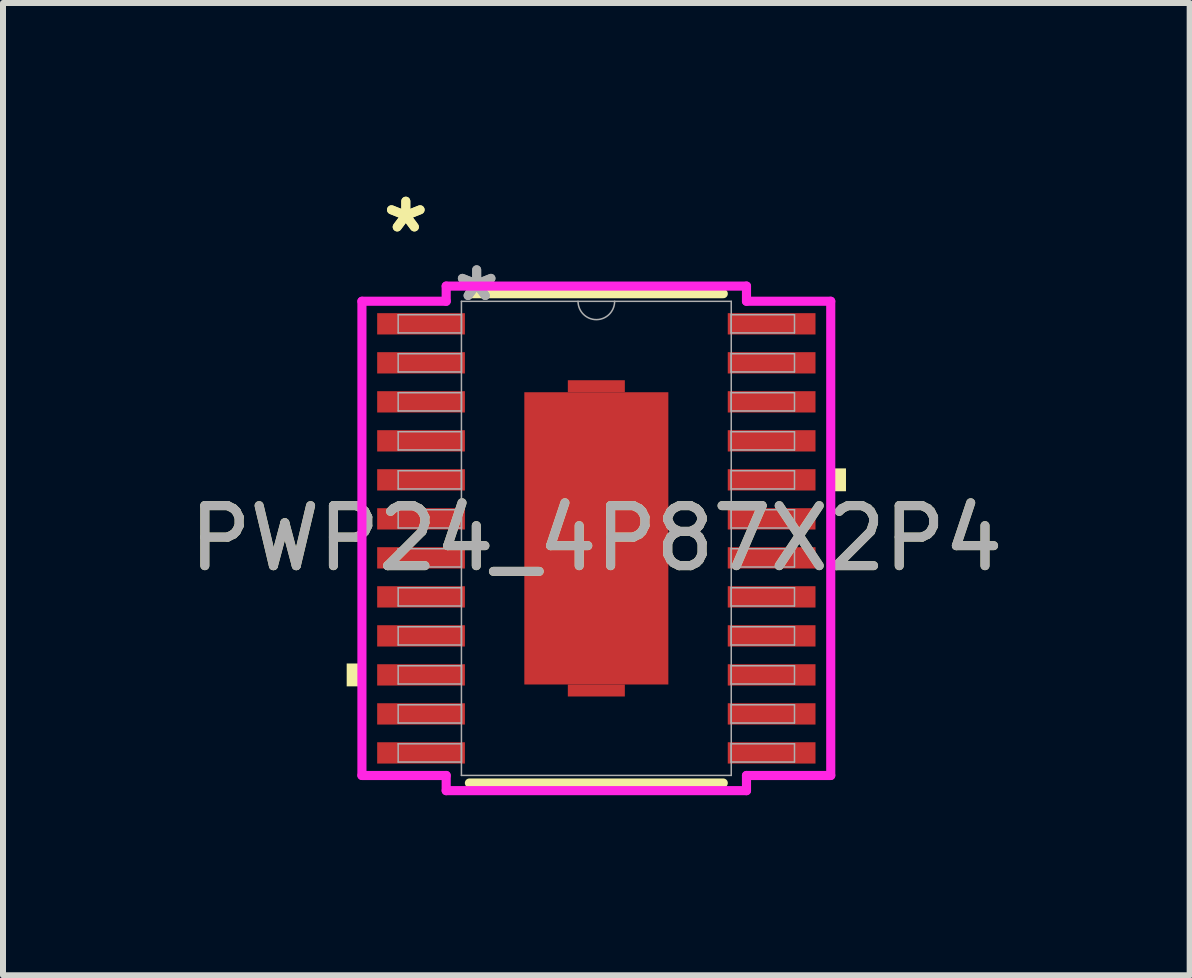
<source format=kicad_pcb>
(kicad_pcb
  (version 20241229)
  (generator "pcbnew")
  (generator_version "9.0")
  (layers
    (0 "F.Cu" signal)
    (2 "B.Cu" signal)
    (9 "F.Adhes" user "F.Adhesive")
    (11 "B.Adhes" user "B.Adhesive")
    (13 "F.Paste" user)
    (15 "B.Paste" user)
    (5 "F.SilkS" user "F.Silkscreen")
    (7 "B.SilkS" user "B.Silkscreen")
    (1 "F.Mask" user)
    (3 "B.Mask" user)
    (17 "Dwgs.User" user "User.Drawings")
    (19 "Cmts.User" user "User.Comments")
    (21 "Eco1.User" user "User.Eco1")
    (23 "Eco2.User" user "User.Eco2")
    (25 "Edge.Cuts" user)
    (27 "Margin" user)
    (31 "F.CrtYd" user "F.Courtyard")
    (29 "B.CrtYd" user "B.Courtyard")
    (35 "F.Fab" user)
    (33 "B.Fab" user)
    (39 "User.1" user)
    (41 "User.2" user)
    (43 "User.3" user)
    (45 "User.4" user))
  (footprint "PWP24_4P87X2P4"
    (layer "F.Cu")
    (at 6.887 5.921)
    (property "Reference" "PWP24_4P87X2P4" (at 0 0 0) (unlocked yes) (layer "F.SilkS") (effects (font (size 1 1) (thickness 0.15))))
    (attr smd)
    (fp_poly (pts (xy -0.475 -2.435) (xy -0.475 -2.635) (xy 0.475 -2.635) (xy 0.475 -2.435)) (stroke (width 0) (type solid)) (fill yes) (layer "F.Cu"))
    (fp_poly (pts (xy -0.475 2.435) (xy -0.475 2.635) (xy 0.475 2.635) (xy 0.475 2.435)) (stroke (width 0) (type solid)) (fill yes) (layer "F.Cu"))
    (fp_poly (pts (xy -0.475 -2.435) (xy -0.475 -2.635) (xy 0.475 -2.635) (xy 0.475 -2.435)) (stroke (width 0) (type solid)) (fill yes) (layer "F.Mask"))
    (fp_poly (pts (xy -0.475 2.435) (xy -0.475 2.635) (xy 0.475 2.635) (xy 0.475 2.435)) (stroke (width 0) (type solid)) (fill yes) (layer "F.Mask"))
    (fp_line (start -2.115 4.077) (end 2.115 4.077) (stroke (width 0.152) (type solid)) (layer "F.SilkS"))
    (fp_line (start 2.115 -4.077) (end -2.115 -4.077) (stroke (width 0.152) (type solid)) (layer "F.SilkS"))
    (fp_poly (pts (xy -4.16 2.085) (xy -4.16 2.466) (xy -3.906 2.466) (xy -3.906 2.085)) (stroke (width 0) (type solid)) (fill yes) (layer "F.SilkS"))
    (fp_poly (pts (xy 4.16 -1.166) (xy 4.16 -0.785) (xy 3.906 -0.785) (xy 3.906 -1.166)) (stroke (width 0) (type solid)) (fill yes) (layer "F.SilkS"))
    (fp_poly (pts (xy -1.1 -2.335) (xy -1.1 -0.912) (xy 1.1 -0.912) (xy 1.1 -2.335)) (stroke (width 0) (type solid)) (fill yes) (layer "F.Paste"))
    (fp_poly (pts (xy -1.1 -0.712) (xy -1.1 0.712) (xy 1.1 0.712) (xy 1.1 -0.712)) (stroke (width 0) (type solid)) (fill yes) (layer "F.Paste"))
    (fp_poly (pts (xy -1.1 0.912) (xy -1.1 2.335) (xy 1.1 2.335) (xy 1.1 0.912)) (stroke (width 0) (type solid)) (fill yes) (layer "F.Paste"))
    (fp_line (start -3.906 -3.951) (end -2.502 -3.951) (stroke (width 0.152) (type solid)) (layer "F.CrtYd"))
    (fp_line (start -3.906 3.951) (end -3.906 -3.951) (stroke (width 0.152) (type solid)) (layer "F.CrtYd"))
    (fp_line (start -3.906 3.951) (end -2.502 3.951) (stroke (width 0.152) (type solid)) (layer "F.CrtYd"))
    (fp_line (start -2.502 -4.204) (end 2.502 -4.204) (stroke (width 0.152) (type solid)) (layer "F.CrtYd"))
    (fp_line (start -2.502 -3.951) (end -2.502 -4.204) (stroke (width 0.152) (type solid)) (layer "F.CrtYd"))
    (fp_line (start -2.502 4.204) (end -2.502 3.951) (stroke (width 0.152) (type solid)) (layer "F.CrtYd"))
    (fp_line (start 2.502 -4.204) (end 2.502 -3.951) (stroke (width 0.152) (type solid)) (layer "F.CrtYd"))
    (fp_line (start 2.502 3.951) (end 2.502 4.204) (stroke (width 0.152) (type solid)) (layer "F.CrtYd"))
    (fp_line (start 2.502 4.204) (end -2.502 4.204) (stroke (width 0.152) (type solid)) (layer "F.CrtYd"))
    (fp_line (start 3.906 -3.951) (end 2.502 -3.951) (stroke (width 0.152) (type solid)) (layer "F.CrtYd"))
    (fp_line (start 3.906 -3.951) (end 3.906 3.951) (stroke (width 0.152) (type solid)) (layer "F.CrtYd"))
    (fp_line (start 3.906 3.951) (end 2.502 3.951) (stroke (width 0.152) (type solid)) (layer "F.CrtYd"))
    (fp_line (start -3.302 -3.727) (end -3.302 -3.423) (stroke (width 0.025) (type solid)) (layer "F.Fab"))
    (fp_line (start -3.302 -3.423) (end -2.248 -3.423) (stroke (width 0.025) (type solid)) (layer "F.Fab"))
    (fp_line (start -3.302 -3.077) (end -3.302 -2.773) (stroke (width 0.025) (type solid)) (layer "F.Fab"))
    (fp_line (start -3.302 -2.773) (end -2.248 -2.773) (stroke (width 0.025) (type solid)) (layer "F.Fab"))
    (fp_line (start -3.302 -2.427) (end -3.302 -2.123) (stroke (width 0.025) (type solid)) (layer "F.Fab"))
    (fp_line (start -3.302 -2.123) (end -2.248 -2.123) (stroke (width 0.025) (type solid)) (layer "F.Fab"))
    (fp_line (start -3.302 -1.777) (end -3.302 -1.473) (stroke (width 0.025) (type solid)) (layer "F.Fab"))
    (fp_line (start -3.302 -1.473) (end -2.248 -1.473) (stroke (width 0.025) (type solid)) (layer "F.Fab"))
    (fp_line (start -3.302 -1.127) (end -3.302 -0.823) (stroke (width 0.025) (type solid)) (layer "F.Fab"))
    (fp_line (start -3.302 -0.823) (end -2.248 -0.823) (stroke (width 0.025) (type solid)) (layer "F.Fab"))
    (fp_line (start -3.302 -0.477) (end -3.302 -0.173) (stroke (width 0.025) (type solid)) (layer "F.Fab"))
    (fp_line (start -3.302 -0.173) (end -2.248 -0.173) (stroke (width 0.025) (type solid)) (layer "F.Fab"))
    (fp_line (start -3.302 0.173) (end -3.302 0.477) (stroke (width 0.025) (type solid)) (layer "F.Fab"))
    (fp_line (start -3.302 0.477) (end -2.248 0.477) (stroke (width 0.025) (type solid)) (layer "F.Fab"))
    (fp_line (start -3.302 0.823) (end -3.302 1.127) (stroke (width 0.025) (type solid)) (layer "F.Fab"))
    (fp_line (start -3.302 1.127) (end -2.248 1.127) (stroke (width 0.025) (type solid)) (layer "F.Fab"))
    (fp_line (start -3.302 1.473) (end -3.302 1.777) (stroke (width 0.025) (type solid)) (layer "F.Fab"))
    (fp_line (start -3.302 1.777) (end -2.248 1.777) (stroke (width 0.025) (type solid)) (layer "F.Fab"))
    (fp_line (start -3.302 2.123) (end -3.302 2.427) (stroke (width 0.025) (type solid)) (layer "F.Fab"))
    (fp_line (start -3.302 2.427) (end -2.248 2.427) (stroke (width 0.025) (type solid)) (layer "F.Fab"))
    (fp_line (start -3.302 2.773) (end -3.302 3.077) (stroke (width 0.025) (type solid)) (layer "F.Fab"))
    (fp_line (start -3.302 3.077) (end -2.248 3.077) (stroke (width 0.025) (type solid)) (layer "F.Fab"))
    (fp_line (start -3.302 3.423) (end -3.302 3.727) (stroke (width 0.025) (type solid)) (layer "F.Fab"))
    (fp_line (start -3.302 3.727) (end -2.248 3.727) (stroke (width 0.025) (type solid)) (layer "F.Fab"))
    (fp_line (start -2.248 -3.95) (end -2.248 3.95) (stroke (width 0.025) (type solid)) (layer "F.Fab"))
    (fp_line (start -2.248 -3.727) (end -3.302 -3.727) (stroke (width 0.025) (type solid)) (layer "F.Fab"))
    (fp_line (start -2.248 -3.423) (end -2.248 -3.727) (stroke (width 0.025) (type solid)) (layer "F.Fab"))
    (fp_line (start -2.248 -3.077) (end -3.302 -3.077) (stroke (width 0.025) (type solid)) (layer "F.Fab"))
    (fp_line (start -2.248 -2.773) (end -2.248 -3.077) (stroke (width 0.025) (type solid)) (layer "F.Fab"))
    (fp_line (start -2.248 -2.427) (end -3.302 -2.427) (stroke (width 0.025) (type solid)) (layer "F.Fab"))
    (fp_line (start -2.248 -2.123) (end -2.248 -2.427) (stroke (width 0.025) (type solid)) (layer "F.Fab"))
    (fp_line (start -2.248 -1.777) (end -3.302 -1.777) (stroke (width 0.025) (type solid)) (layer "F.Fab"))
    (fp_line (start -2.248 -1.473) (end -2.248 -1.777) (stroke (width 0.025) (type solid)) (layer "F.Fab"))
    (fp_line (start -2.248 -1.127) (end -3.302 -1.127) (stroke (width 0.025) (type solid)) (layer "F.Fab"))
    (fp_line (start -2.248 -0.823) (end -2.248 -1.127) (stroke (width 0.025) (type solid)) (layer "F.Fab"))
    (fp_line (start -2.248 -0.477) (end -3.302 -0.477) (stroke (width 0.025) (type solid)) (layer "F.Fab"))
    (fp_line (start -2.248 -0.173) (end -2.248 -0.477) (stroke (width 0.025) (type solid)) (layer "F.Fab"))
    (fp_line (start -2.248 0.173) (end -3.302 0.173) (stroke (width 0.025) (type solid)) (layer "F.Fab"))
    (fp_line (start -2.248 0.477) (end -2.248 0.173) (stroke (width 0.025) (type solid)) (layer "F.Fab"))
    (fp_line (start -2.248 0.823) (end -3.302 0.823) (stroke (width 0.025) (type solid)) (layer "F.Fab"))
    (fp_line (start -2.248 1.127) (end -2.248 0.823) (stroke (width 0.025) (type solid)) (layer "F.Fab"))
    (fp_line (start -2.248 1.473) (end -3.302 1.473) (stroke (width 0.025) (type solid)) (layer "F.Fab"))
    (fp_line (start -2.248 1.777) (end -2.248 1.473) (stroke (width 0.025) (type solid)) (layer "F.Fab"))
    (fp_line (start -2.248 2.123) (end -3.302 2.123) (stroke (width 0.025) (type solid)) (layer "F.Fab"))
    (fp_line (start -2.248 2.427) (end -2.248 2.123) (stroke (width 0.025) (type solid)) (layer "F.Fab"))
    (fp_line (start -2.248 2.773) (end -3.302 2.773) (stroke (width 0.025) (type solid)) (layer "F.Fab"))
    (fp_line (start -2.248 3.077) (end -2.248 2.773) (stroke (width 0.025) (type solid)) (layer "F.Fab"))
    (fp_line (start -2.248 3.423) (end -3.302 3.423) (stroke (width 0.025) (type solid)) (layer "F.Fab"))
    (fp_line (start -2.248 3.727) (end -2.248 3.423) (stroke (width 0.025) (type solid)) (layer "F.Fab"))
    (fp_line (start -2.248 3.95) (end 2.248 3.95) (stroke (width 0.025) (type solid)) (layer "F.Fab"))
    (fp_line (start 2.248 -3.95) (end -2.248 -3.95) (stroke (width 0.025) (type solid)) (layer "F.Fab"))
    (fp_line (start 2.248 -3.727) (end 2.248 -3.423) (stroke (width 0.025) (type solid)) (layer "F.Fab"))
    (fp_line (start 2.248 -3.423) (end 3.302 -3.423) (stroke (width 0.025) (type solid)) (layer "F.Fab"))
    (fp_line (start 2.248 -3.077) (end 2.248 -2.773) (stroke (width 0.025) (type solid)) (layer "F.Fab"))
    (fp_line (start 2.248 -2.773) (end 3.302 -2.773) (stroke (width 0.025) (type solid)) (layer "F.Fab"))
    (fp_line (start 2.248 -2.427) (end 2.248 -2.123) (stroke (width 0.025) (type solid)) (layer "F.Fab"))
    (fp_line (start 2.248 -2.123) (end 3.302 -2.123) (stroke (width 0.025) (type solid)) (layer "F.Fab"))
    (fp_line (start 2.248 -1.777) (end 2.248 -1.473) (stroke (width 0.025) (type solid)) (layer "F.Fab"))
    (fp_line (start 2.248 -1.473) (end 3.302 -1.473) (stroke (width 0.025) (type solid)) (layer "F.Fab"))
    (fp_line (start 2.248 -1.127) (end 2.248 -0.823) (stroke (width 0.025) (type solid)) (layer "F.Fab"))
    (fp_line (start 2.248 -0.823) (end 3.302 -0.823) (stroke (width 0.025) (type solid)) (layer "F.Fab"))
    (fp_line (start 2.248 -0.477) (end 2.248 -0.173) (stroke (width 0.025) (type solid)) (layer "F.Fab"))
    (fp_line (start 2.248 -0.173) (end 3.302 -0.173) (stroke (width 0.025) (type solid)) (layer "F.Fab"))
    (fp_line (start 2.248 0.173) (end 2.248 0.477) (stroke (width 0.025) (type solid)) (layer "F.Fab"))
    (fp_line (start 2.248 0.477) (end 3.302 0.477) (stroke (width 0.025) (type solid)) (layer "F.Fab"))
    (fp_line (start 2.248 0.823) (end 2.248 1.127) (stroke (width 0.025) (type solid)) (layer "F.Fab"))
    (fp_line (start 2.248 1.127) (end 3.302 1.127) (stroke (width 0.025) (type solid)) (layer "F.Fab"))
    (fp_line (start 2.248 1.473) (end 2.248 1.777) (stroke (width 0.025) (type solid)) (layer "F.Fab"))
    (fp_line (start 2.248 1.777) (end 3.302 1.777) (stroke (width 0.025) (type solid)) (layer "F.Fab"))
    (fp_line (start 2.248 2.123) (end 2.248 2.427) (stroke (width 0.025) (type solid)) (layer "F.Fab"))
    (fp_line (start 2.248 2.427) (end 3.302 2.427) (stroke (width 0.025) (type solid)) (layer "F.Fab"))
    (fp_line (start 2.248 2.773) (end 2.248 3.077) (stroke (width 0.025) (type solid)) (layer "F.Fab"))
    (fp_line (start 2.248 3.077) (end 3.302 3.077) (stroke (width 0.025) (type solid)) (layer "F.Fab"))
    (fp_line (start 2.248 3.423) (end 2.248 3.727) (stroke (width 0.025) (type solid)) (layer "F.Fab"))
    (fp_line (start 2.248 3.727) (end 3.302 3.727) (stroke (width 0.025) (type solid)) (layer "F.Fab"))
    (fp_line (start 2.248 3.95) (end 2.248 -3.95) (stroke (width 0.025) (type solid)) (layer "F.Fab"))
    (fp_line (start 3.302 -3.727) (end 2.248 -3.727) (stroke (width 0.025) (type solid)) (layer "F.Fab"))
    (fp_line (start 3.302 -3.423) (end 3.302 -3.727) (stroke (width 0.025) (type solid)) (layer "F.Fab"))
    (fp_line (start 3.302 -3.077) (end 2.248 -3.077) (stroke (width 0.025) (type solid)) (layer "F.Fab"))
    (fp_line (start 3.302 -2.773) (end 3.302 -3.077) (stroke (width 0.025) (type solid)) (layer "F.Fab"))
    (fp_line (start 3.302 -2.427) (end 2.248 -2.427) (stroke (width 0.025) (type solid)) (layer "F.Fab"))
    (fp_line (start 3.302 -2.123) (end 3.302 -2.427) (stroke (width 0.025) (type solid)) (layer "F.Fab"))
    (fp_line (start 3.302 -1.777) (end 2.248 -1.777) (stroke (width 0.025) (type solid)) (layer "F.Fab"))
    (fp_line (start 3.302 -1.473) (end 3.302 -1.777) (stroke (width 0.025) (type solid)) (layer "F.Fab"))
    (fp_line (start 3.302 -1.127) (end 2.248 -1.127) (stroke (width 0.025) (type solid)) (layer "F.Fab"))
    (fp_line (start 3.302 -0.823) (end 3.302 -1.127) (stroke (width 0.025) (type solid)) (layer "F.Fab"))
    (fp_line (start 3.302 -0.477) (end 2.248 -0.477) (stroke (width 0.025) (type solid)) (layer "F.Fab"))
    (fp_line (start 3.302 -0.173) (end 3.302 -0.477) (stroke (width 0.025) (type solid)) (layer "F.Fab"))
    (fp_line (start 3.302 0.173) (end 2.248 0.173) (stroke (width 0.025) (type solid)) (layer "F.Fab"))
    (fp_line (start 3.302 0.477) (end 3.302 0.173) (stroke (width 0.025) (type solid)) (layer "F.Fab"))
    (fp_line (start 3.302 0.823) (end 2.248 0.823) (stroke (width 0.025) (type solid)) (layer "F.Fab"))
    (fp_line (start 3.302 1.127) (end 3.302 0.823) (stroke (width 0.025) (type solid)) (layer "F.Fab"))
    (fp_line (start 3.302 1.473) (end 2.248 1.473) (stroke (width 0.025) (type solid)) (layer "F.Fab"))
    (fp_line (start 3.302 1.777) (end 3.302 1.473) (stroke (width 0.025) (type solid)) (layer "F.Fab"))
    (fp_line (start 3.302 2.123) (end 2.248 2.123) (stroke (width 0.025) (type solid)) (layer "F.Fab"))
    (fp_line (start 3.302 2.427) (end 3.302 2.123) (stroke (width 0.025) (type solid)) (layer "F.Fab"))
    (fp_line (start 3.302 2.773) (end 2.248 2.773) (stroke (width 0.025) (type solid)) (layer "F.Fab"))
    (fp_line (start 3.302 3.077) (end 3.302 2.773) (stroke (width 0.025) (type solid)) (layer "F.Fab"))
    (fp_line (start 3.302 3.423) (end 2.248 3.423) (stroke (width 0.025) (type solid)) (layer "F.Fab"))
    (fp_line (start 3.302 3.727) (end 3.302 3.423) (stroke (width 0.025) (type solid)) (layer "F.Fab"))
    (fp_arc (start 0.3048 -3.9497) (mid 0 -3.6449) (end -0.3048 -3.9497) (stroke (width 0.0254) (type solid)) (layer "F.Fab"))
    (fp_text user "*" (at -3.175 -5.073 0) (layer "F.SilkS") (effects (font (size 1 1) (thickness 0.15))))
    (fp_text user "*" (at -3.175 -5.073 0) (unlocked yes) (layer "F.SilkS") (effects (font (size 1 1) (thickness 0.15))))
    (fp_text user "*" (at -1.994 -3.93 0) (unlocked yes) (layer "F.Fab") (effects (font (size 1 1) (thickness 0.15))))
    (fp_text user "${REFERENCE}" (at 0 0 0) (unlocked yes) (layer "F.Fab") (effects (font (size 1 1) (thickness 0.15))))
    (fp_text user "*" (at -1.994 -3.93 0) (layer "F.Fab") (effects (font (size 1 1) (thickness 0.15))))
    (pad "1" smd rect (at -2.921 -3.575) (size 1.462 0.355) (layers "F.Cu" "F.Mask" "F.Paste"))
    (pad "2" smd rect (at -2.921 -2.925) (size 1.462 0.355) (layers "F.Cu" "F.Mask" "F.Paste"))
    (pad "3" smd rect (at -2.921 -2.275) (size 1.462 0.355) (layers "F.Cu" "F.Mask" "F.Paste"))
    (pad "4" smd rect (at -2.921 -1.625) (size 1.462 0.355) (layers "F.Cu" "F.Mask" "F.Paste"))
    (pad "5" smd rect (at -2.921 -0.975) (size 1.462 0.355) (layers "F.Cu" "F.Mask" "F.Paste"))
    (pad "6" smd rect (at -2.921 -0.325) (size 1.462 0.355) (layers "F.Cu" "F.Mask" "F.Paste"))
    (pad "7" smd rect (at -2.921 0.325) (size 1.462 0.355) (layers "F.Cu" "F.Mask" "F.Paste"))
    (pad "8" smd rect (at -2.921 0.975) (size 1.462 0.355) (layers "F.Cu" "F.Mask" "F.Paste"))
    (pad "9" smd rect (at -2.921 1.625) (size 1.462 0.355) (layers "F.Cu" "F.Mask" "F.Paste"))
    (pad "10" smd rect (at -2.921 2.275) (size 1.462 0.355) (layers "F.Cu" "F.Mask" "F.Paste"))
    (pad "11" smd rect (at -2.921 2.925) (size 1.462 0.355) (layers "F.Cu" "F.Mask" "F.Paste"))
    (pad "12" smd rect (at -2.921 3.575) (size 1.462 0.355) (layers "F.Cu" "F.Mask" "F.Paste"))
    (pad "13" smd rect (at 2.921 3.575) (size 1.462 0.355) (layers "F.Cu" "F.Mask" "F.Paste"))
    (pad "14" smd rect (at 2.921 2.925) (size 1.462 0.355) (layers "F.Cu" "F.Mask" "F.Paste"))
    (pad "15" smd rect (at 2.921 2.275) (size 1.462 0.355) (layers "F.Cu" "F.Mask" "F.Paste"))
    (pad "16" smd rect (at 2.921 1.625) (size 1.462 0.355) (layers "F.Cu" "F.Mask" "F.Paste"))
    (pad "17" smd rect (at 2.921 0.975) (size 1.462 0.355) (layers "F.Cu" "F.Mask" "F.Paste"))
    (pad "18" smd rect (at 2.921 0.325) (size 1.462 0.355) (layers "F.Cu" "F.Mask" "F.Paste"))
    (pad "19" smd rect (at 2.921 -0.325) (size 1.462 0.355) (layers "F.Cu" "F.Mask" "F.Paste"))
    (pad "20" smd rect (at 2.921 -0.975) (size 1.462 0.355) (layers "F.Cu" "F.Mask" "F.Paste"))
    (pad "21" smd rect (at 2.921 -1.625) (size 1.462 0.355) (layers "F.Cu" "F.Mask" "F.Paste"))
    (pad "22" smd rect (at 2.921 -2.275) (size 1.462 0.355) (layers "F.Cu" "F.Mask" "F.Paste"))
    (pad "23" smd rect (at 2.921 -2.925) (size 1.462 0.355) (layers "F.Cu" "F.Mask" "F.Paste"))
    (pad "24" smd rect (at 2.921 -3.575) (size 1.462 0.355) (layers "F.Cu" "F.Mask" "F.Paste"))
    (pad "25" smd rect (at 0 0) (size 2.4 4.87) (layers "F.Cu" "F.Mask" "F.Paste")))
  (gr_rect
    (start -3 -3)
    (end 16.774 13.201)
    (stroke (width 0.1) (type default))
    (fill no)
    (layer "Edge.Cuts")))
</source>
